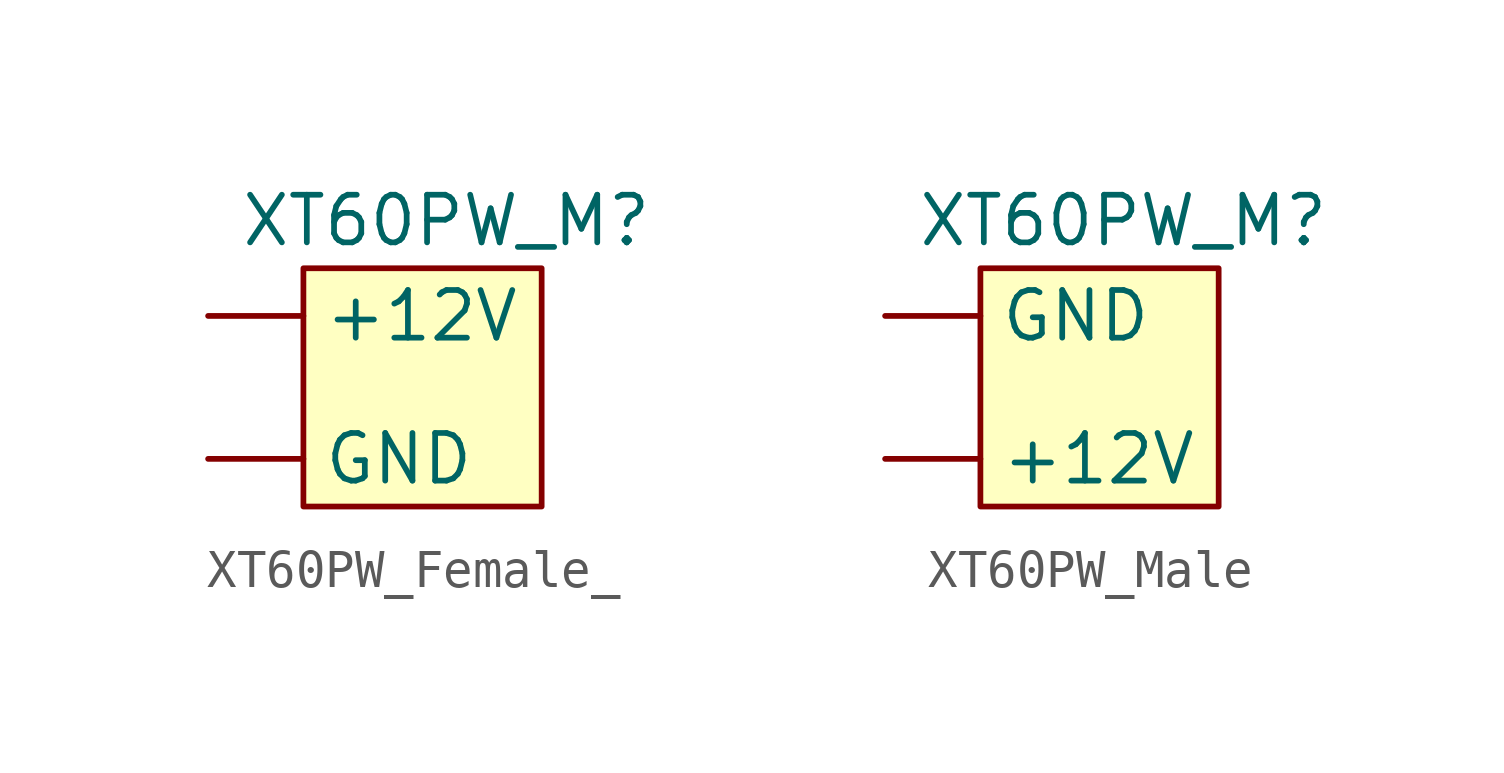
<source format=kicad_sym>
(kicad_symbol_lib
  (version 20220914)
  (generator kicad_symbol_editor)
  (symbol "XT60PW_Female_"
    (property "Reference" "XT60PW_M"
      (at 1.27 1.27 0)
      (effects (font (size 1.27 1.27))))
    (property "Value" ""
      (at 0 0 0)
      (effects (font (size 1.27 1.27))))
    (symbol "XT60PW_Female__1_1"
      (rectangle (start -2.54 0) (end 3.81 -6.35) (stroke (width 0) (type default)) (fill (type background)))
      (pin input line (at -5.08 -1.27 0) (length 2.54) (name "+12V" (effects (font (size 1.27 1.27)))) (number "" (effects (font (size 1.27 1.27)))))
      (pin input line (at -5.08 -5.08 0) (length 2.54) (name "GND" (effects (font (size 1.27 1.27)))) (number "" (effects (font (size 1.27 1.27)))))))
  (symbol "XT60PW_Male"
    (property "Reference" "XT60PW_M"
      (at 1.27 1.27 0)
      (effects (font (size 1.27 1.27))))
    (property "Value" ""
      (at 0 0 0)
      (effects (font (size 1.27 1.27))))
    (symbol "XT60PW_Male_1_1"
      (rectangle (start -2.54 0) (end 3.81 -6.35) (stroke (width 0) (type default)) (fill (type background)))
      (pin output line (at -5.08 -5.08 0) (length 2.54) (name "+12V" (effects (font (size 1.27 1.27)))) (number "" (effects (font (size 1.27 1.27)))))
      (pin output line (at -5.08 -1.27 0) (length 2.54) (name "GND" (effects (font (size 1.27 1.27)))) (number "" (effects (font (size 1.27 1.27))))))))
</source>
